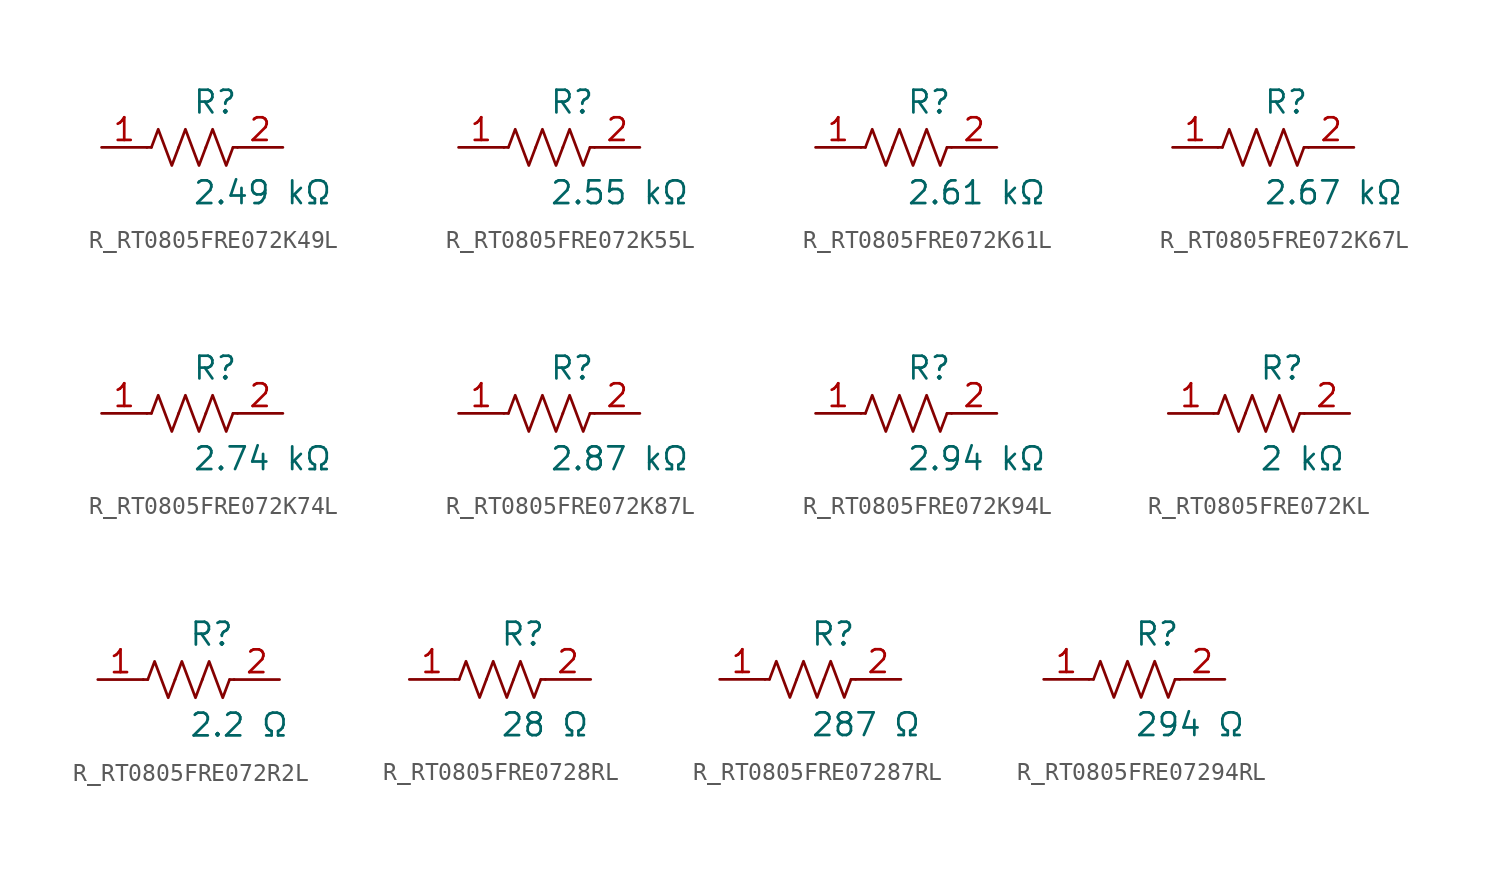
<source format=kicad_sym>
(kicad_symbol_lib
  (version 20231120)
  (generator kicad_symbol_editor)
  (generator_version 8.0)
  (symbol "R_RT0805FRE072K49L"
    (pin_names
      (offset 0.254))
    (property "Reference" "R"
      (at 0.0 2.54 0)
      (effects (font (size 1.27 1.27)) (justify left)))
    (property "Value" "2.49 kΩ"
      (at 0.0 -2.54 0)
      (effects (font (size 1.27 1.27)) (justify left)))
    (symbol "R_RT0805FRE072K49L_0_1"
      (polyline (pts (xy 2.286 0) (xy 2.54 0)) (stroke (width 0) (type default)) (fill (type none)))
      (polyline (pts (xy -2.286 0) (xy -2.54 0)) (stroke (width 0) (type default)) (fill (type none)))
      (polyline (pts (xy 0.762 0) (xy 1.143 1.016) (xy 1.524 0) (xy 1.905 -1.016) (xy 2.286 0)) (stroke (width 0) (type default)) (fill (type none)))
      (polyline (pts (xy -0.762 0) (xy -0.381 1.016) (xy 0 0) (xy 0.381 -1.016) (xy 0.762 0)) (stroke (width 0) (type default)) (fill (type none)))
      (polyline (pts (xy -2.286 0) (xy -1.905 1.016) (xy -1.524 0) (xy -1.143 -1.016) (xy -0.762 0)) (stroke (width 0) (type default)) (fill (type none))))
    (pin unspecified line
      (at -5.08 0 0)
      (length 2.54)
      (name "" (effects (font (size 1.27 1.27))))
      (number "1" (effects (font (size 1.27 1.27)))))
    (pin unspecified line
      (at 5.08 0 180)
      (length 2.54)
      (name "" (effects (font (size 1.27 1.27))))
      (number "2" (effects (font (size 1.27 1.27))))))
  (symbol "R_RT0805FRE072K55L"
    (pin_names
      (offset 0.254))
    (property "Reference" "R"
      (at 0.0 2.54 0)
      (effects (font (size 1.27 1.27)) (justify left)))
    (property "Value" "2.55 kΩ"
      (at 0.0 -2.54 0)
      (effects (font (size 1.27 1.27)) (justify left)))
    (symbol "R_RT0805FRE072K55L_0_1"
      (polyline (pts (xy 2.286 0) (xy 2.54 0)) (stroke (width 0) (type default)) (fill (type none)))
      (polyline (pts (xy -2.286 0) (xy -2.54 0)) (stroke (width 0) (type default)) (fill (type none)))
      (polyline (pts (xy 0.762 0) (xy 1.143 1.016) (xy 1.524 0) (xy 1.905 -1.016) (xy 2.286 0)) (stroke (width 0) (type default)) (fill (type none)))
      (polyline (pts (xy -0.762 0) (xy -0.381 1.016) (xy 0 0) (xy 0.381 -1.016) (xy 0.762 0)) (stroke (width 0) (type default)) (fill (type none)))
      (polyline (pts (xy -2.286 0) (xy -1.905 1.016) (xy -1.524 0) (xy -1.143 -1.016) (xy -0.762 0)) (stroke (width 0) (type default)) (fill (type none))))
    (pin unspecified line
      (at -5.08 0 0)
      (length 2.54)
      (name "" (effects (font (size 1.27 1.27))))
      (number "1" (effects (font (size 1.27 1.27)))))
    (pin unspecified line
      (at 5.08 0 180)
      (length 2.54)
      (name "" (effects (font (size 1.27 1.27))))
      (number "2" (effects (font (size 1.27 1.27))))))
  (symbol "R_RT0805FRE072K61L"
    (pin_names
      (offset 0.254))
    (property "Reference" "R"
      (at 0.0 2.54 0)
      (effects (font (size 1.27 1.27)) (justify left)))
    (property "Value" "2.61 kΩ"
      (at 0.0 -2.54 0)
      (effects (font (size 1.27 1.27)) (justify left)))
    (symbol "R_RT0805FRE072K61L_0_1"
      (polyline (pts (xy 2.286 0) (xy 2.54 0)) (stroke (width 0) (type default)) (fill (type none)))
      (polyline (pts (xy -2.286 0) (xy -2.54 0)) (stroke (width 0) (type default)) (fill (type none)))
      (polyline (pts (xy 0.762 0) (xy 1.143 1.016) (xy 1.524 0) (xy 1.905 -1.016) (xy 2.286 0)) (stroke (width 0) (type default)) (fill (type none)))
      (polyline (pts (xy -0.762 0) (xy -0.381 1.016) (xy 0 0) (xy 0.381 -1.016) (xy 0.762 0)) (stroke (width 0) (type default)) (fill (type none)))
      (polyline (pts (xy -2.286 0) (xy -1.905 1.016) (xy -1.524 0) (xy -1.143 -1.016) (xy -0.762 0)) (stroke (width 0) (type default)) (fill (type none))))
    (pin unspecified line
      (at -5.08 0 0)
      (length 2.54)
      (name "" (effects (font (size 1.27 1.27))))
      (number "1" (effects (font (size 1.27 1.27)))))
    (pin unspecified line
      (at 5.08 0 180)
      (length 2.54)
      (name "" (effects (font (size 1.27 1.27))))
      (number "2" (effects (font (size 1.27 1.27))))))
  (symbol "R_RT0805FRE072K67L"
    (pin_names
      (offset 0.254))
    (property "Reference" "R"
      (at 0.0 2.54 0)
      (effects (font (size 1.27 1.27)) (justify left)))
    (property "Value" "2.67 kΩ"
      (at 0.0 -2.54 0)
      (effects (font (size 1.27 1.27)) (justify left)))
    (symbol "R_RT0805FRE072K67L_0_1"
      (polyline (pts (xy 2.286 0) (xy 2.54 0)) (stroke (width 0) (type default)) (fill (type none)))
      (polyline (pts (xy -2.286 0) (xy -2.54 0)) (stroke (width 0) (type default)) (fill (type none)))
      (polyline (pts (xy 0.762 0) (xy 1.143 1.016) (xy 1.524 0) (xy 1.905 -1.016) (xy 2.286 0)) (stroke (width 0) (type default)) (fill (type none)))
      (polyline (pts (xy -0.762 0) (xy -0.381 1.016) (xy 0 0) (xy 0.381 -1.016) (xy 0.762 0)) (stroke (width 0) (type default)) (fill (type none)))
      (polyline (pts (xy -2.286 0) (xy -1.905 1.016) (xy -1.524 0) (xy -1.143 -1.016) (xy -0.762 0)) (stroke (width 0) (type default)) (fill (type none))))
    (pin unspecified line
      (at -5.08 0 0)
      (length 2.54)
      (name "" (effects (font (size 1.27 1.27))))
      (number "1" (effects (font (size 1.27 1.27)))))
    (pin unspecified line
      (at 5.08 0 180)
      (length 2.54)
      (name "" (effects (font (size 1.27 1.27))))
      (number "2" (effects (font (size 1.27 1.27))))))
  (symbol "R_RT0805FRE072K74L"
    (pin_names
      (offset 0.254))
    (property "Reference" "R"
      (at 0.0 2.54 0)
      (effects (font (size 1.27 1.27)) (justify left)))
    (property "Value" "2.74 kΩ"
      (at 0.0 -2.54 0)
      (effects (font (size 1.27 1.27)) (justify left)))
    (symbol "R_RT0805FRE072K74L_0_1"
      (polyline (pts (xy 2.286 0) (xy 2.54 0)) (stroke (width 0) (type default)) (fill (type none)))
      (polyline (pts (xy -2.286 0) (xy -2.54 0)) (stroke (width 0) (type default)) (fill (type none)))
      (polyline (pts (xy 0.762 0) (xy 1.143 1.016) (xy 1.524 0) (xy 1.905 -1.016) (xy 2.286 0)) (stroke (width 0) (type default)) (fill (type none)))
      (polyline (pts (xy -0.762 0) (xy -0.381 1.016) (xy 0 0) (xy 0.381 -1.016) (xy 0.762 0)) (stroke (width 0) (type default)) (fill (type none)))
      (polyline (pts (xy -2.286 0) (xy -1.905 1.016) (xy -1.524 0) (xy -1.143 -1.016) (xy -0.762 0)) (stroke (width 0) (type default)) (fill (type none))))
    (pin unspecified line
      (at -5.08 0 0)
      (length 2.54)
      (name "" (effects (font (size 1.27 1.27))))
      (number "1" (effects (font (size 1.27 1.27)))))
    (pin unspecified line
      (at 5.08 0 180)
      (length 2.54)
      (name "" (effects (font (size 1.27 1.27))))
      (number "2" (effects (font (size 1.27 1.27))))))
  (symbol "R_RT0805FRE072K87L"
    (pin_names
      (offset 0.254))
    (property "Reference" "R"
      (at 0.0 2.54 0)
      (effects (font (size 1.27 1.27)) (justify left)))
    (property "Value" "2.87 kΩ"
      (at 0.0 -2.54 0)
      (effects (font (size 1.27 1.27)) (justify left)))
    (symbol "R_RT0805FRE072K87L_0_1"
      (polyline (pts (xy 2.286 0) (xy 2.54 0)) (stroke (width 0) (type default)) (fill (type none)))
      (polyline (pts (xy -2.286 0) (xy -2.54 0)) (stroke (width 0) (type default)) (fill (type none)))
      (polyline (pts (xy 0.762 0) (xy 1.143 1.016) (xy 1.524 0) (xy 1.905 -1.016) (xy 2.286 0)) (stroke (width 0) (type default)) (fill (type none)))
      (polyline (pts (xy -0.762 0) (xy -0.381 1.016) (xy 0 0) (xy 0.381 -1.016) (xy 0.762 0)) (stroke (width 0) (type default)) (fill (type none)))
      (polyline (pts (xy -2.286 0) (xy -1.905 1.016) (xy -1.524 0) (xy -1.143 -1.016) (xy -0.762 0)) (stroke (width 0) (type default)) (fill (type none))))
    (pin unspecified line
      (at -5.08 0 0)
      (length 2.54)
      (name "" (effects (font (size 1.27 1.27))))
      (number "1" (effects (font (size 1.27 1.27)))))
    (pin unspecified line
      (at 5.08 0 180)
      (length 2.54)
      (name "" (effects (font (size 1.27 1.27))))
      (number "2" (effects (font (size 1.27 1.27))))))
  (symbol "R_RT0805FRE072K94L"
    (pin_names
      (offset 0.254))
    (property "Reference" "R"
      (at 0.0 2.54 0)
      (effects (font (size 1.27 1.27)) (justify left)))
    (property "Value" "2.94 kΩ"
      (at 0.0 -2.54 0)
      (effects (font (size 1.27 1.27)) (justify left)))
    (symbol "R_RT0805FRE072K94L_0_1"
      (polyline (pts (xy 2.286 0) (xy 2.54 0)) (stroke (width 0) (type default)) (fill (type none)))
      (polyline (pts (xy -2.286 0) (xy -2.54 0)) (stroke (width 0) (type default)) (fill (type none)))
      (polyline (pts (xy 0.762 0) (xy 1.143 1.016) (xy 1.524 0) (xy 1.905 -1.016) (xy 2.286 0)) (stroke (width 0) (type default)) (fill (type none)))
      (polyline (pts (xy -0.762 0) (xy -0.381 1.016) (xy 0 0) (xy 0.381 -1.016) (xy 0.762 0)) (stroke (width 0) (type default)) (fill (type none)))
      (polyline (pts (xy -2.286 0) (xy -1.905 1.016) (xy -1.524 0) (xy -1.143 -1.016) (xy -0.762 0)) (stroke (width 0) (type default)) (fill (type none))))
    (pin unspecified line
      (at -5.08 0 0)
      (length 2.54)
      (name "" (effects (font (size 1.27 1.27))))
      (number "1" (effects (font (size 1.27 1.27)))))
    (pin unspecified line
      (at 5.08 0 180)
      (length 2.54)
      (name "" (effects (font (size 1.27 1.27))))
      (number "2" (effects (font (size 1.27 1.27))))))
  (symbol "R_RT0805FRE072KL"
    (pin_names
      (offset 0.254))
    (property "Reference" "R"
      (at 0.0 2.54 0)
      (effects (font (size 1.27 1.27)) (justify left)))
    (property "Value" "2 kΩ"
      (at 0.0 -2.54 0)
      (effects (font (size 1.27 1.27)) (justify left)))
    (symbol "R_RT0805FRE072KL_0_1"
      (polyline (pts (xy 2.286 0) (xy 2.54 0)) (stroke (width 0) (type default)) (fill (type none)))
      (polyline (pts (xy -2.286 0) (xy -2.54 0)) (stroke (width 0) (type default)) (fill (type none)))
      (polyline (pts (xy 0.762 0) (xy 1.143 1.016) (xy 1.524 0) (xy 1.905 -1.016) (xy 2.286 0)) (stroke (width 0) (type default)) (fill (type none)))
      (polyline (pts (xy -0.762 0) (xy -0.381 1.016) (xy 0 0) (xy 0.381 -1.016) (xy 0.762 0)) (stroke (width 0) (type default)) (fill (type none)))
      (polyline (pts (xy -2.286 0) (xy -1.905 1.016) (xy -1.524 0) (xy -1.143 -1.016) (xy -0.762 0)) (stroke (width 0) (type default)) (fill (type none))))
    (pin unspecified line
      (at -5.08 0 0)
      (length 2.54)
      (name "" (effects (font (size 1.27 1.27))))
      (number "1" (effects (font (size 1.27 1.27)))))
    (pin unspecified line
      (at 5.08 0 180)
      (length 2.54)
      (name "" (effects (font (size 1.27 1.27))))
      (number "2" (effects (font (size 1.27 1.27))))))
  (symbol "R_RT0805FRE072R2L"
    (pin_names
      (offset 0.254))
    (property "Reference" "R"
      (at 0.0 2.54 0)
      (effects (font (size 1.27 1.27)) (justify left)))
    (property "Value" "2.2 Ω"
      (at 0.0 -2.54 0)
      (effects (font (size 1.27 1.27)) (justify left)))
    (symbol "R_RT0805FRE072R2L_0_1"
      (polyline (pts (xy 2.286 0) (xy 2.54 0)) (stroke (width 0) (type default)) (fill (type none)))
      (polyline (pts (xy -2.286 0) (xy -2.54 0)) (stroke (width 0) (type default)) (fill (type none)))
      (polyline (pts (xy 0.762 0) (xy 1.143 1.016) (xy 1.524 0) (xy 1.905 -1.016) (xy 2.286 0)) (stroke (width 0) (type default)) (fill (type none)))
      (polyline (pts (xy -0.762 0) (xy -0.381 1.016) (xy 0 0) (xy 0.381 -1.016) (xy 0.762 0)) (stroke (width 0) (type default)) (fill (type none)))
      (polyline (pts (xy -2.286 0) (xy -1.905 1.016) (xy -1.524 0) (xy -1.143 -1.016) (xy -0.762 0)) (stroke (width 0) (type default)) (fill (type none))))
    (pin unspecified line
      (at -5.08 0 0)
      (length 2.54)
      (name "" (effects (font (size 1.27 1.27))))
      (number "1" (effects (font (size 1.27 1.27)))))
    (pin unspecified line
      (at 5.08 0 180)
      (length 2.54)
      (name "" (effects (font (size 1.27 1.27))))
      (number "2" (effects (font (size 1.27 1.27))))))
  (symbol "R_RT0805FRE0728RL"
    (pin_names
      (offset 0.254))
    (property "Reference" "R"
      (at 0.0 2.54 0)
      (effects (font (size 1.27 1.27)) (justify left)))
    (property "Value" "28 Ω"
      (at 0.0 -2.54 0)
      (effects (font (size 1.27 1.27)) (justify left)))
    (symbol "R_RT0805FRE0728RL_0_1"
      (polyline (pts (xy 2.286 0) (xy 2.54 0)) (stroke (width 0) (type default)) (fill (type none)))
      (polyline (pts (xy -2.286 0) (xy -2.54 0)) (stroke (width 0) (type default)) (fill (type none)))
      (polyline (pts (xy 0.762 0) (xy 1.143 1.016) (xy 1.524 0) (xy 1.905 -1.016) (xy 2.286 0)) (stroke (width 0) (type default)) (fill (type none)))
      (polyline (pts (xy -0.762 0) (xy -0.381 1.016) (xy 0 0) (xy 0.381 -1.016) (xy 0.762 0)) (stroke (width 0) (type default)) (fill (type none)))
      (polyline (pts (xy -2.286 0) (xy -1.905 1.016) (xy -1.524 0) (xy -1.143 -1.016) (xy -0.762 0)) (stroke (width 0) (type default)) (fill (type none))))
    (pin unspecified line
      (at -5.08 0 0)
      (length 2.54)
      (name "" (effects (font (size 1.27 1.27))))
      (number "1" (effects (font (size 1.27 1.27)))))
    (pin unspecified line
      (at 5.08 0 180)
      (length 2.54)
      (name "" (effects (font (size 1.27 1.27))))
      (number "2" (effects (font (size 1.27 1.27))))))
  (symbol "R_RT0805FRE07287RL"
    (pin_names
      (offset 0.254))
    (property "Reference" "R"
      (at 0.0 2.54 0)
      (effects (font (size 1.27 1.27)) (justify left)))
    (property "Value" "287 Ω"
      (at 0.0 -2.54 0)
      (effects (font (size 1.27 1.27)) (justify left)))
    (symbol "R_RT0805FRE07287RL_0_1"
      (polyline (pts (xy 2.286 0) (xy 2.54 0)) (stroke (width 0) (type default)) (fill (type none)))
      (polyline (pts (xy -2.286 0) (xy -2.54 0)) (stroke (width 0) (type default)) (fill (type none)))
      (polyline (pts (xy 0.762 0) (xy 1.143 1.016) (xy 1.524 0) (xy 1.905 -1.016) (xy 2.286 0)) (stroke (width 0) (type default)) (fill (type none)))
      (polyline (pts (xy -0.762 0) (xy -0.381 1.016) (xy 0 0) (xy 0.381 -1.016) (xy 0.762 0)) (stroke (width 0) (type default)) (fill (type none)))
      (polyline (pts (xy -2.286 0) (xy -1.905 1.016) (xy -1.524 0) (xy -1.143 -1.016) (xy -0.762 0)) (stroke (width 0) (type default)) (fill (type none))))
    (pin unspecified line
      (at -5.08 0 0)
      (length 2.54)
      (name "" (effects (font (size 1.27 1.27))))
      (number "1" (effects (font (size 1.27 1.27)))))
    (pin unspecified line
      (at 5.08 0 180)
      (length 2.54)
      (name "" (effects (font (size 1.27 1.27))))
      (number "2" (effects (font (size 1.27 1.27))))))
  (symbol "R_RT0805FRE07294RL"
    (pin_names
      (offset 0.254))
    (property "Reference" "R"
      (at 0.0 2.54 0)
      (effects (font (size 1.27 1.27)) (justify left)))
    (property "Value" "294 Ω"
      (at 0.0 -2.54 0)
      (effects (font (size 1.27 1.27)) (justify left)))
    (symbol "R_RT0805FRE07294RL_0_1"
      (polyline (pts (xy 2.286 0) (xy 2.54 0)) (stroke (width 0) (type default)) (fill (type none)))
      (polyline (pts (xy -2.286 0) (xy -2.54 0)) (stroke (width 0) (type default)) (fill (type none)))
      (polyline (pts (xy 0.762 0) (xy 1.143 1.016) (xy 1.524 0) (xy 1.905 -1.016) (xy 2.286 0)) (stroke (width 0) (type default)) (fill (type none)))
      (polyline (pts (xy -0.762 0) (xy -0.381 1.016) (xy 0 0) (xy 0.381 -1.016) (xy 0.762 0)) (stroke (width 0) (type default)) (fill (type none)))
      (polyline (pts (xy -2.286 0) (xy -1.905 1.016) (xy -1.524 0) (xy -1.143 -1.016) (xy -0.762 0)) (stroke (width 0) (type default)) (fill (type none))))
    (pin unspecified line
      (at -5.08 0 0)
      (length 2.54)
      (name "" (effects (font (size 1.27 1.27))))
      (number "1" (effects (font (size 1.27 1.27)))))
    (pin unspecified line
      (at 5.08 0 180)
      (length 2.54)
      (name "" (effects (font (size 1.27 1.27))))
      (number "2" (effects (font (size 1.27 1.27)))))))
</source>
